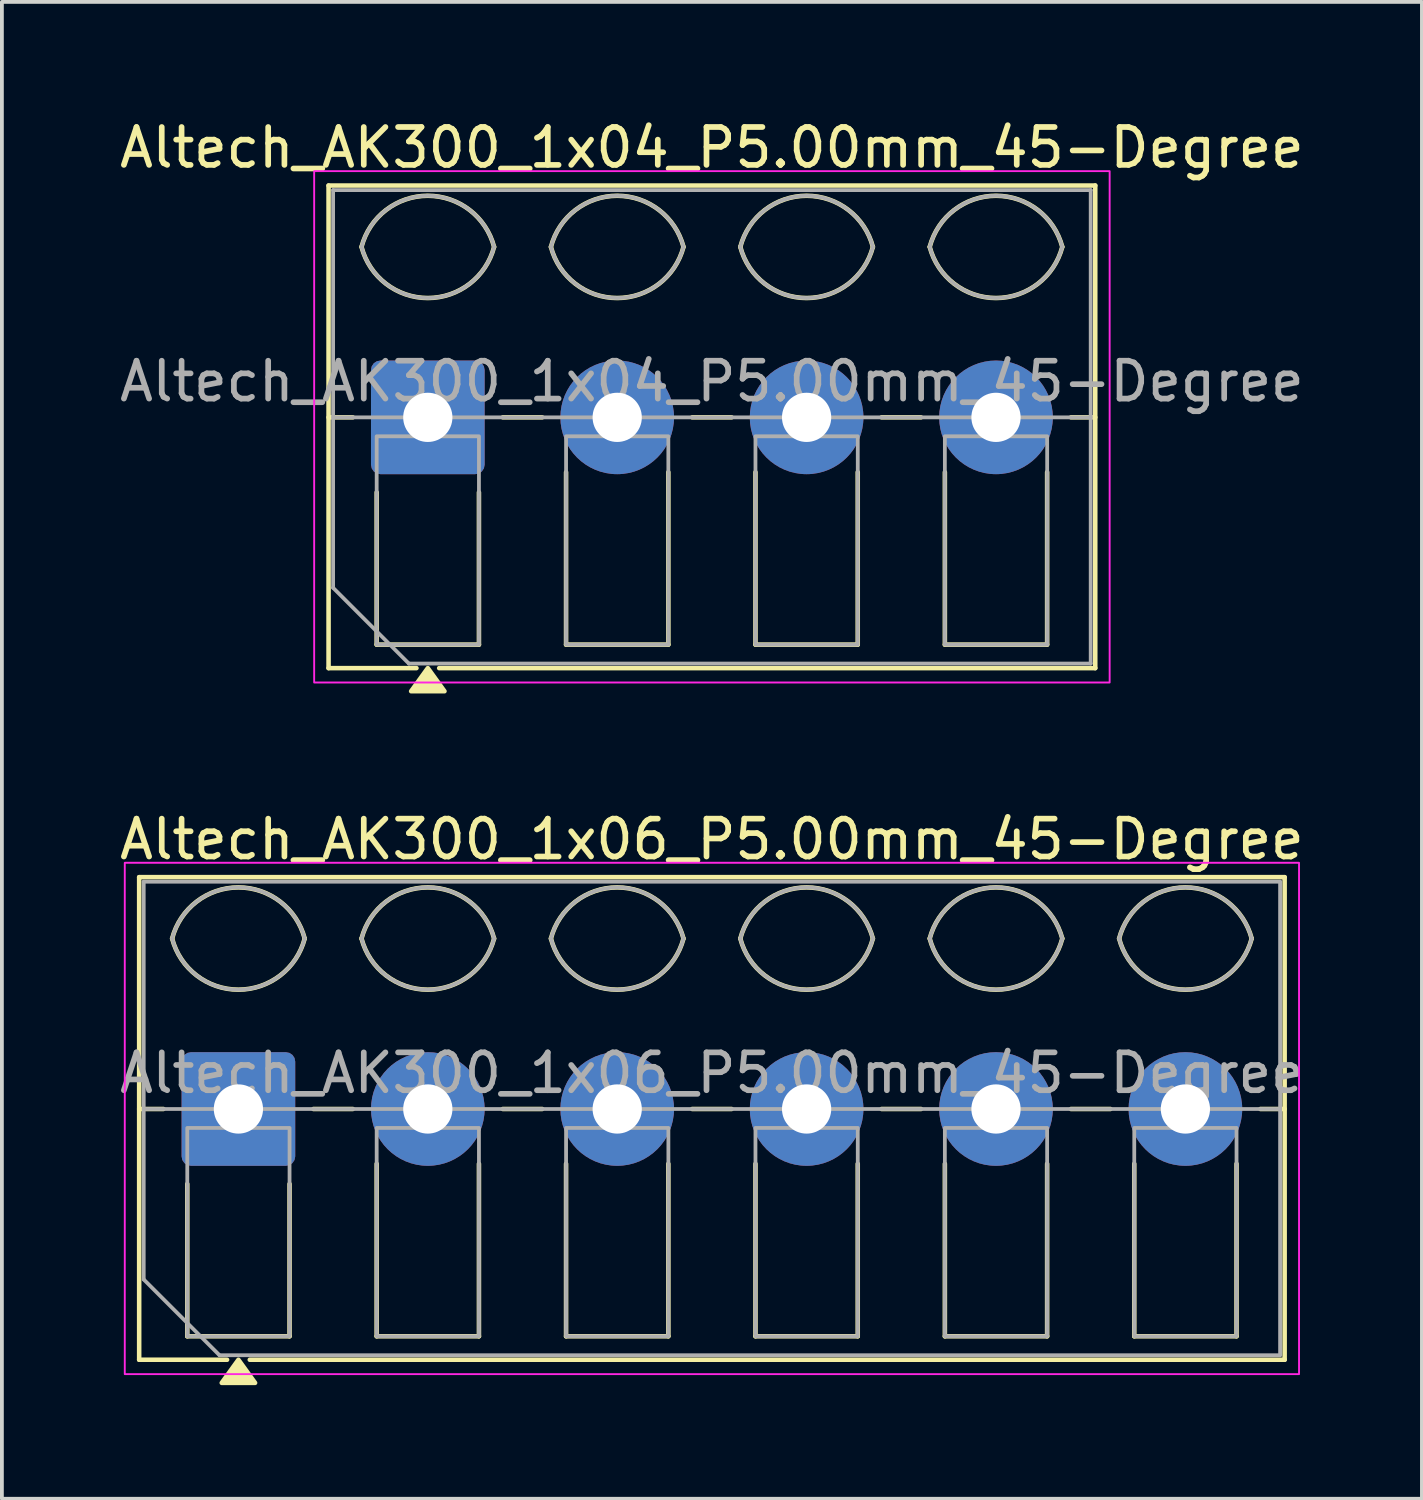
<source format=kicad_pcb>
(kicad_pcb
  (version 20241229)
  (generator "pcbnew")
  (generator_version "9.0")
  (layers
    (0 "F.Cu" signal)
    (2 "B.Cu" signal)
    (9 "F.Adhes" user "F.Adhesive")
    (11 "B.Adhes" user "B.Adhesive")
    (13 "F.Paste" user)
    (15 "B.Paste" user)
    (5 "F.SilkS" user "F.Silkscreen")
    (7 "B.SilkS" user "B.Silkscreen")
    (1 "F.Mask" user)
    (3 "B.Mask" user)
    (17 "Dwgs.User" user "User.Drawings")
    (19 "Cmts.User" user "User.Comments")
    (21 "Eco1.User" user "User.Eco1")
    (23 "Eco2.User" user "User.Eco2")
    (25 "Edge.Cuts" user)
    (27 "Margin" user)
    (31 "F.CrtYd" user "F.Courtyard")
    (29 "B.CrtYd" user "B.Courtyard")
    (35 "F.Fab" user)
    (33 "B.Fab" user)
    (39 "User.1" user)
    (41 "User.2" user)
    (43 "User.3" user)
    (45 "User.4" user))
  (footprint "Altech_AK300_1x06_P5.00mm_45-Degree"
    (layer "F.Cu")
    (at 3.244 26.227)
    (property "Reference" "Altech_AK300_1x06_P5.00mm_45-Degree" (at 12.5 -7.12 0) (layer "F.SilkS") (effects (font (size 1 1) (thickness 0.15))))
    (attr through_hole)
    (fp_line (start -2.62 -6.12) (end 27.62 -6.12) (stroke (width 0.12) (type solid)) (layer "F.SilkS"))
    (fp_line (start -2.62 0) (end -1.98 0) (stroke (width 0.12) (type solid)) (layer "F.SilkS"))
    (fp_line (start -2.62 6.62) (end -2.62 -6.12) (stroke (width 0.12) (type solid)) (layer "F.SilkS"))
    (fp_line (start -1.35 6) (end -1.35 1.98) (stroke (width 0.12) (type solid)) (layer "F.SilkS"))
    (fp_line (start -0.3 6.62) (end -2.62 6.62) (stroke (width 0.12) (type solid)) (layer "F.SilkS"))
    (fp_line (start 1.35 1.98) (end 1.35 6) (stroke (width 0.12) (type solid)) (layer "F.SilkS"))
    (fp_line (start 1.35 6) (end -1.35 6) (stroke (width 0.12) (type solid)) (layer "F.SilkS"))
    (fp_line (start 1.98 0) (end 3.02 0) (stroke (width 0.12) (type solid)) (layer "F.SilkS"))
    (fp_line (start 3.65 6) (end 3.65 1.448) (stroke (width 0.12) (type solid)) (layer "F.SilkS"))
    (fp_line (start 6.35 1.448) (end 6.35 6) (stroke (width 0.12) (type solid)) (layer "F.SilkS"))
    (fp_line (start 6.35 6) (end 3.65 6) (stroke (width 0.12) (type solid)) (layer "F.SilkS"))
    (fp_line (start 6.98 0) (end 8.02 0) (stroke (width 0.12) (type solid)) (layer "F.SilkS"))
    (fp_line (start 8.65 6) (end 8.65 1.448) (stroke (width 0.12) (type solid)) (layer "F.SilkS"))
    (fp_line (start 11.35 1.448) (end 11.35 6) (stroke (width 0.12) (type solid)) (layer "F.SilkS"))
    (fp_line (start 11.35 6) (end 8.65 6) (stroke (width 0.12) (type solid)) (layer "F.SilkS"))
    (fp_line (start 11.98 0) (end 13.02 0) (stroke (width 0.12) (type solid)) (layer "F.SilkS"))
    (fp_line (start 13.65 6) (end 13.65 1.448) (stroke (width 0.12) (type solid)) (layer "F.SilkS"))
    (fp_line (start 16.35 1.448) (end 16.35 6) (stroke (width 0.12) (type solid)) (layer "F.SilkS"))
    (fp_line (start 16.35 6) (end 13.65 6) (stroke (width 0.12) (type solid)) (layer "F.SilkS"))
    (fp_line (start 16.98 0) (end 18.02 0) (stroke (width 0.12) (type solid)) (layer "F.SilkS"))
    (fp_line (start 18.65 6) (end 18.65 1.448) (stroke (width 0.12) (type solid)) (layer "F.SilkS"))
    (fp_line (start 21.35 1.448) (end 21.35 6) (stroke (width 0.12) (type solid)) (layer "F.SilkS"))
    (fp_line (start 21.35 6) (end 18.65 6) (stroke (width 0.12) (type solid)) (layer "F.SilkS"))
    (fp_line (start 21.98 0) (end 23.02 0) (stroke (width 0.12) (type solid)) (layer "F.SilkS"))
    (fp_line (start 23.65 6) (end 23.65 1.448) (stroke (width 0.12) (type solid)) (layer "F.SilkS"))
    (fp_line (start 26.35 1.448) (end 26.35 6) (stroke (width 0.12) (type solid)) (layer "F.SilkS"))
    (fp_line (start 26.35 6) (end 23.65 6) (stroke (width 0.12) (type solid)) (layer "F.SilkS"))
    (fp_line (start 26.98 0) (end 27.62 0) (stroke (width 0.12) (type solid)) (layer "F.SilkS"))
    (fp_line (start 27.62 -6.12) (end 27.62 6.62) (stroke (width 0.12) (type solid)) (layer "F.SilkS"))
    (fp_line (start 27.62 6.62) (end 0.3 6.62) (stroke (width 0.12) (type solid)) (layer "F.SilkS"))
    (fp_arc (start -1.75 -4.5) (mid 0 -5.85) (end 1.75 -4.5) (stroke (width 0.12) (type solid)) (layer "F.SilkS"))
    (fp_arc (start 1.75 -4.5) (mid 0 -3.15) (end -1.75 -4.5) (stroke (width 0.12) (type solid)) (layer "F.SilkS"))
    (fp_arc (start 3.25 -4.5) (mid 5 -5.85) (end 6.75 -4.5) (stroke (width 0.12) (type solid)) (layer "F.SilkS"))
    (fp_arc (start 6.75 -4.5) (mid 5 -3.15) (end 3.25 -4.5) (stroke (width 0.12) (type solid)) (layer "F.SilkS"))
    (fp_arc (start 8.25 -4.5) (mid 10 -5.85) (end 11.75 -4.5) (stroke (width 0.12) (type solid)) (layer "F.SilkS"))
    (fp_arc (start 11.75 -4.5) (mid 10 -3.15) (end 8.25 -4.5) (stroke (width 0.12) (type solid)) (layer "F.SilkS"))
    (fp_arc (start 13.25 -4.5) (mid 15 -5.85) (end 16.75 -4.5) (stroke (width 0.12) (type solid)) (layer "F.SilkS"))
    (fp_arc (start 16.75 -4.5) (mid 15 -3.15) (end 13.25 -4.5) (stroke (width 0.12) (type solid)) (layer "F.SilkS"))
    (fp_arc (start 18.25 -4.5) (mid 20 -5.85) (end 21.75 -4.5) (stroke (width 0.12) (type solid)) (layer "F.SilkS"))
    (fp_arc (start 21.75 -4.5) (mid 20 -3.15) (end 18.25 -4.5) (stroke (width 0.12) (type solid)) (layer "F.SilkS"))
    (fp_arc (start 23.25 -4.5) (mid 25 -5.85) (end 26.75 -4.5) (stroke (width 0.12) (type solid)) (layer "F.SilkS"))
    (fp_arc (start 26.75 -4.5) (mid 25 -3.15) (end 23.25 -4.5) (stroke (width 0.12) (type solid)) (layer "F.SilkS"))
    (fp_poly (pts (xy 0 6.62) (xy 0.44 7.23) (xy -0.44 7.23)) (stroke (width 0.12) (type solid)) (fill yes) (layer "F.SilkS"))
    (fp_rect (start -3 -6.5) (end 28 7) (stroke (width 0.05) (type solid)) (fill no) (layer "F.CrtYd"))
    (fp_line (start -2.5 -6) (end 27.5 -6) (stroke (width 0.1) (type solid)) (layer "F.Fab"))
    (fp_line (start -2.5 0) (end 27.5 0) (stroke (width 0.1) (type solid)) (layer "F.Fab"))
    (fp_line (start -2.5 4.5) (end -2.5 -6) (stroke (width 0.1) (type solid)) (layer "F.Fab"))
    (fp_line (start -0.5 6.5) (end -2.5 4.5) (stroke (width 0.1) (type solid)) (layer "F.Fab"))
    (fp_line (start 27.5 -6) (end 27.5 6.5) (stroke (width 0.1) (type solid)) (layer "F.Fab"))
    (fp_line (start 27.5 6.5) (end -0.5 6.5) (stroke (width 0.1) (type solid)) (layer "F.Fab"))
    (fp_rect (start -1.35 0.5) (end 1.35 6) (stroke (width 0.1) (type solid)) (fill no) (layer "F.Fab"))
    (fp_rect (start 3.65 0.5) (end 6.35 6) (stroke (width 0.1) (type solid)) (fill no) (layer "F.Fab"))
    (fp_rect (start 8.65 0.5) (end 11.351 6) (stroke (width 0.1) (type solid)) (fill no) (layer "F.Fab"))
    (fp_rect (start 13.65 0.5) (end 16.351 6) (stroke (width 0.1) (type solid)) (fill no) (layer "F.Fab"))
    (fp_rect (start 18.65 0.5) (end 21.35 6) (stroke (width 0.1) (type solid)) (fill no) (layer "F.Fab"))
    (fp_rect (start 23.65 0.5) (end 26.35 6) (stroke (width 0.1) (type solid)) (fill no) (layer "F.Fab"))
    (fp_arc (start -1.75 -4.5) (mid 0 -5.85) (end 1.75 -4.5) (stroke (width 0.1) (type solid)) (layer "F.Fab"))
    (fp_arc (start 1.75 -4.5) (mid 0 -3.15) (end -1.75 -4.5) (stroke (width 0.1) (type solid)) (layer "F.Fab"))
    (fp_arc (start 3.25 -4.5) (mid 5 -5.85) (end 6.75 -4.5) (stroke (width 0.1) (type solid)) (layer "F.Fab"))
    (fp_arc (start 6.75 -4.5) (mid 5 -3.15) (end 3.25 -4.5) (stroke (width 0.1) (type solid)) (layer "F.Fab"))
    (fp_arc (start 8.25 -4.5) (mid 10 -5.85) (end 11.75 -4.5) (stroke (width 0.1) (type solid)) (layer "F.Fab"))
    (fp_arc (start 11.75 -4.5) (mid 10 -3.15) (end 8.25 -4.5) (stroke (width 0.1) (type solid)) (layer "F.Fab"))
    (fp_arc (start 13.25 -4.5) (mid 15 -5.85) (end 16.75 -4.5) (stroke (width 0.1) (type solid)) (layer "F.Fab"))
    (fp_arc (start 16.75 -4.5) (mid 15 -3.15) (end 13.25 -4.5) (stroke (width 0.1) (type solid)) (layer "F.Fab"))
    (fp_arc (start 18.25 -4.5) (mid 20 -5.85) (end 21.75 -4.5) (stroke (width 0.1) (type solid)) (layer "F.Fab"))
    (fp_arc (start 21.75 -4.5) (mid 20 -3.15) (end 18.25 -4.5) (stroke (width 0.1) (type solid)) (layer "F.Fab"))
    (fp_arc (start 23.25 -4.5) (mid 25 -5.85) (end 26.75 -4.5) (stroke (width 0.1) (type solid)) (layer "F.Fab"))
    (fp_arc (start 26.75 -4.5) (mid 25 -3.15) (end 23.25 -4.5) (stroke (width 0.1) (type solid)) (layer "F.Fab"))
    (fp_text user "${REFERENCE}" (at 12.5 -0.95 0) (layer "F.Fab") (effects (font (size 1 1) (thickness 0.15))))
    (pad "1" thru_hole roundrect (at 0 0) (size 3 3) (drill 1.3) (layers "*.Cu" "*.Mask") (roundrect_rratio 0.083))
    (pad "2" thru_hole circle (at 5 0) (size 3 3) (drill 1.3) (layers "*.Cu" "*.Mask"))
    (pad "3" thru_hole circle (at 10 0) (size 3 3) (drill 1.3) (layers "*.Cu" "*.Mask"))
    (pad "4" thru_hole circle (at 15 0) (size 3 3) (drill 1.3) (layers "*.Cu" "*.Mask"))
    (pad "5" thru_hole circle (at 20 0) (size 3 3) (drill 1.3) (layers "*.Cu" "*.Mask"))
    (pad "6" thru_hole circle (at 25 0) (size 3 3) (drill 1.3) (layers "*.Cu" "*.Mask")))
  (footprint "Altech_AK300_1x04_P5.00mm_45-Degree"
    (layer "F.Cu")
    (at 8.244 7.968)
    (property "Reference" "Altech_AK300_1x04_P5.00mm_45-Degree" (at 7.5 -7.12 0) (layer "F.SilkS") (effects (font (size 1 1) (thickness 0.15))))
    (attr through_hole)
    (fp_line (start -2.62 -6.12) (end 17.62 -6.12) (stroke (width 0.12) (type solid)) (layer "F.SilkS"))
    (fp_line (start -2.62 0) (end -1.98 0) (stroke (width 0.12) (type solid)) (layer "F.SilkS"))
    (fp_line (start -2.62 6.62) (end -2.62 -6.12) (stroke (width 0.12) (type solid)) (layer "F.SilkS"))
    (fp_line (start -1.35 6) (end -1.35 1.98) (stroke (width 0.12) (type solid)) (layer "F.SilkS"))
    (fp_line (start -0.3 6.62) (end -2.62 6.62) (stroke (width 0.12) (type solid)) (layer "F.SilkS"))
    (fp_line (start 1.35 1.98) (end 1.35 6) (stroke (width 0.12) (type solid)) (layer "F.SilkS"))
    (fp_line (start 1.35 6) (end -1.35 6) (stroke (width 0.12) (type solid)) (layer "F.SilkS"))
    (fp_line (start 1.98 0) (end 3.02 0) (stroke (width 0.12) (type solid)) (layer "F.SilkS"))
    (fp_line (start 3.65 6) (end 3.65 1.448) (stroke (width 0.12) (type solid)) (layer "F.SilkS"))
    (fp_line (start 6.35 1.448) (end 6.35 6) (stroke (width 0.12) (type solid)) (layer "F.SilkS"))
    (fp_line (start 6.35 6) (end 3.65 6) (stroke (width 0.12) (type solid)) (layer "F.SilkS"))
    (fp_line (start 6.98 0) (end 8.02 0) (stroke (width 0.12) (type solid)) (layer "F.SilkS"))
    (fp_line (start 8.65 6) (end 8.65 1.448) (stroke (width 0.12) (type solid)) (layer "F.SilkS"))
    (fp_line (start 11.35 1.448) (end 11.35 6) (stroke (width 0.12) (type solid)) (layer "F.SilkS"))
    (fp_line (start 11.35 6) (end 8.65 6) (stroke (width 0.12) (type solid)) (layer "F.SilkS"))
    (fp_line (start 11.98 0) (end 13.02 0) (stroke (width 0.12) (type solid)) (layer "F.SilkS"))
    (fp_line (start 13.65 6) (end 13.65 1.448) (stroke (width 0.12) (type solid)) (layer "F.SilkS"))
    (fp_line (start 16.35 1.448) (end 16.35 6) (stroke (width 0.12) (type solid)) (layer "F.SilkS"))
    (fp_line (start 16.35 6) (end 13.65 6) (stroke (width 0.12) (type solid)) (layer "F.SilkS"))
    (fp_line (start 16.98 0) (end 17.62 0) (stroke (width 0.12) (type solid)) (layer "F.SilkS"))
    (fp_line (start 17.62 -6.12) (end 17.62 6.62) (stroke (width 0.12) (type solid)) (layer "F.SilkS"))
    (fp_line (start 17.62 6.62) (end 0.3 6.62) (stroke (width 0.12) (type solid)) (layer "F.SilkS"))
    (fp_arc (start -1.75 -4.5) (mid 0 -5.85) (end 1.75 -4.5) (stroke (width 0.12) (type solid)) (layer "F.SilkS"))
    (fp_arc (start 1.75 -4.5) (mid 0 -3.15) (end -1.75 -4.5) (stroke (width 0.12) (type solid)) (layer "F.SilkS"))
    (fp_arc (start 3.25 -4.5) (mid 5 -5.85) (end 6.75 -4.5) (stroke (width 0.12) (type solid)) (layer "F.SilkS"))
    (fp_arc (start 6.75 -4.5) (mid 5 -3.15) (end 3.25 -4.5) (stroke (width 0.12) (type solid)) (layer "F.SilkS"))
    (fp_arc (start 8.25 -4.5) (mid 10 -5.85) (end 11.75 -4.5) (stroke (width 0.12) (type solid)) (layer "F.SilkS"))
    (fp_arc (start 11.75 -4.5) (mid 10 -3.15) (end 8.25 -4.5) (stroke (width 0.12) (type solid)) (layer "F.SilkS"))
    (fp_arc (start 13.25 -4.5) (mid 15 -5.85) (end 16.75 -4.5) (stroke (width 0.12) (type solid)) (layer "F.SilkS"))
    (fp_arc (start 16.75 -4.5) (mid 15 -3.15) (end 13.25 -4.5) (stroke (width 0.12) (type solid)) (layer "F.SilkS"))
    (fp_poly (pts (xy 0 6.62) (xy 0.44 7.23) (xy -0.44 7.23)) (stroke (width 0.12) (type solid)) (fill yes) (layer "F.SilkS"))
    (fp_rect (start -3 -6.5) (end 18 7) (stroke (width 0.05) (type solid)) (fill no) (layer "F.CrtYd"))
    (fp_line (start -2.5 -6) (end 17.5 -6) (stroke (width 0.1) (type solid)) (layer "F.Fab"))
    (fp_line (start -2.5 0) (end 17.5 0) (stroke (width 0.1) (type solid)) (layer "F.Fab"))
    (fp_line (start -2.5 4.5) (end -2.5 -6) (stroke (width 0.1) (type solid)) (layer "F.Fab"))
    (fp_line (start -0.5 6.5) (end -2.5 4.5) (stroke (width 0.1) (type solid)) (layer "F.Fab"))
    (fp_line (start 17.5 -6) (end 17.5 6.5) (stroke (width 0.1) (type solid)) (layer "F.Fab"))
    (fp_line (start 17.5 6.5) (end -0.5 6.5) (stroke (width 0.1) (type solid)) (layer "F.Fab"))
    (fp_rect (start -1.35 0.5) (end 1.35 6) (stroke (width 0.1) (type solid)) (fill no) (layer "F.Fab"))
    (fp_rect (start 3.65 0.5) (end 6.35 6) (stroke (width 0.1) (type solid)) (fill no) (layer "F.Fab"))
    (fp_rect (start 8.65 0.5) (end 11.351 6) (stroke (width 0.1) (type solid)) (fill no) (layer "F.Fab"))
    (fp_rect (start 13.65 0.5) (end 16.351 6) (stroke (width 0.1) (type solid)) (fill no) (layer "F.Fab"))
    (fp_arc (start -1.75 -4.5) (mid 0 -5.85) (end 1.75 -4.5) (stroke (width 0.1) (type solid)) (layer "F.Fab"))
    (fp_arc (start 1.75 -4.5) (mid 0 -3.15) (end -1.75 -4.5) (stroke (width 0.1) (type solid)) (layer "F.Fab"))
    (fp_arc (start 3.25 -4.5) (mid 5 -5.85) (end 6.75 -4.5) (stroke (width 0.1) (type solid)) (layer "F.Fab"))
    (fp_arc (start 6.75 -4.5) (mid 5 -3.15) (end 3.25 -4.5) (stroke (width 0.1) (type solid)) (layer "F.Fab"))
    (fp_arc (start 8.25 -4.5) (mid 10 -5.85) (end 11.75 -4.5) (stroke (width 0.1) (type solid)) (layer "F.Fab"))
    (fp_arc (start 11.75 -4.5) (mid 10 -3.15) (end 8.25 -4.5) (stroke (width 0.1) (type solid)) (layer "F.Fab"))
    (fp_arc (start 13.25 -4.5) (mid 15 -5.85) (end 16.75 -4.5) (stroke (width 0.1) (type solid)) (layer "F.Fab"))
    (fp_arc (start 16.75 -4.5) (mid 15 -3.15) (end 13.25 -4.5) (stroke (width 0.1) (type solid)) (layer "F.Fab"))
    (fp_text user "${REFERENCE}" (at 7.5 -0.95 0) (layer "F.Fab") (effects (font (size 1 1) (thickness 0.15))))
    (pad "1" thru_hole roundrect (at 0 0) (size 3 3) (drill 1.3) (layers "*.Cu" "*.Mask") (roundrect_rratio 0.083))
    (pad "2" thru_hole circle (at 5 0) (size 3 3) (drill 1.3) (layers "*.Cu" "*.Mask"))
    (pad "3" thru_hole circle (at 10 0) (size 3 3) (drill 1.3) (layers "*.Cu" "*.Mask"))
    (pad "4" thru_hole circle (at 15 0) (size 3 3) (drill 1.3) (layers "*.Cu" "*.Mask")))
  (gr_rect
    (start -3 -3)
    (end 34.488 36.517)
    (stroke (width 0.1) (type default))
    (fill no)
    (layer "Edge.Cuts")))
</source>
